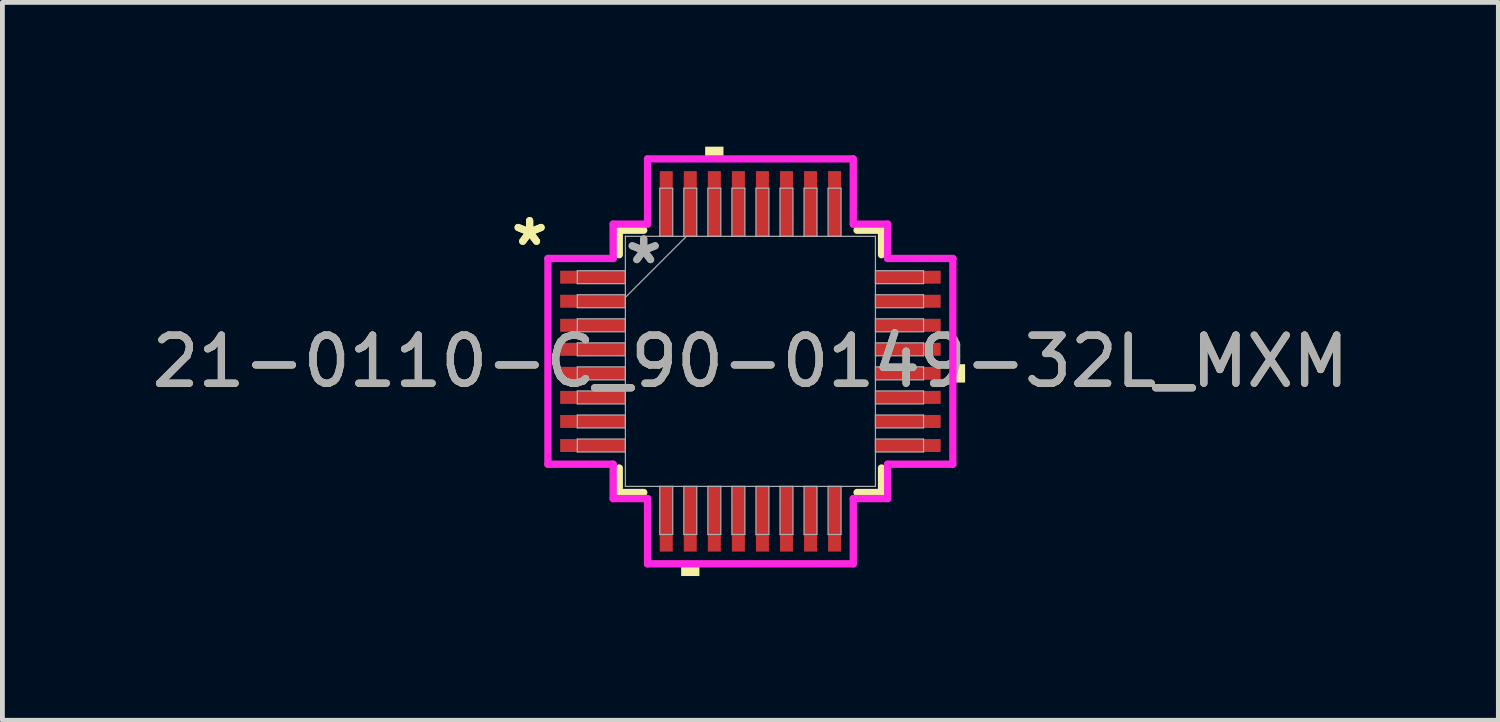
<source format=kicad_pcb>
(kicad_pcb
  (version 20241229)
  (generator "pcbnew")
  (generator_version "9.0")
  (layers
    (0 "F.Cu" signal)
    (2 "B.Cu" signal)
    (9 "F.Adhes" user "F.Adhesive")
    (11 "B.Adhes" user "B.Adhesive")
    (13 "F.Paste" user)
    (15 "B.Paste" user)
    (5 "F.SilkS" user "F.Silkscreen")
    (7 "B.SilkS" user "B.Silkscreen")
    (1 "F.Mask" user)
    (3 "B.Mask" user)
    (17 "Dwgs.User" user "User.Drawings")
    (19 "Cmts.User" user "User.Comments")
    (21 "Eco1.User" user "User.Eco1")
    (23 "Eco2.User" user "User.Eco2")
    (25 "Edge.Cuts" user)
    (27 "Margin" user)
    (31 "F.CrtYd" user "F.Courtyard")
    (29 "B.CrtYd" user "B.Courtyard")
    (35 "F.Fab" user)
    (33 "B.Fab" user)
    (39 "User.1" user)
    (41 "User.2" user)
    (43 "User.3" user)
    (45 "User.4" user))
  (footprint "21-0110-C_90-0149-32L_MXM"
    (layer "F.Cu")
    (at 12.554 4.464)
    (property "Reference" "21-0110-C_90-0149-32L_MXM" (at 0 0 0) (unlocked yes) (layer "F.SilkS") (effects (font (size 1 1) (thickness 0.15))))
    (attr smd)
    (fp_line (start -2.727 -2.727) (end -2.727 -2.218) (stroke (width 0.152) (type solid)) (layer "F.SilkS"))
    (fp_line (start -2.727 2.218) (end -2.727 2.727) (stroke (width 0.152) (type solid)) (layer "F.SilkS"))
    (fp_line (start -2.727 2.727) (end -2.218 2.727) (stroke (width 0.152) (type solid)) (layer "F.SilkS"))
    (fp_line (start -2.218 -2.727) (end -2.727 -2.727) (stroke (width 0.152) (type solid)) (layer "F.SilkS"))
    (fp_line (start 2.218 2.727) (end 2.727 2.727) (stroke (width 0.152) (type solid)) (layer "F.SilkS"))
    (fp_line (start 2.727 -2.727) (end 2.218 -2.727) (stroke (width 0.152) (type solid)) (layer "F.SilkS"))
    (fp_line (start 2.727 -2.218) (end 2.727 -2.727) (stroke (width 0.152) (type solid)) (layer "F.SilkS"))
    (fp_line (start 2.727 2.727) (end 2.727 2.218) (stroke (width 0.152) (type solid)) (layer "F.SilkS"))
    (fp_poly (pts (xy -1.44 4.21) (xy -1.44 4.464) (xy -1.06 4.464) (xy -1.06 4.21)) (stroke (width 0) (type solid)) (fill yes) (layer "F.SilkS"))
    (fp_poly (pts (xy -0.941 -4.21) (xy -0.941 -4.464) (xy -0.56 -4.464) (xy -0.56 -4.21)) (stroke (width 0) (type solid)) (fill yes) (layer "F.SilkS"))
    (fp_poly (pts (xy 4.464 0.059) (xy 4.464 0.441) (xy 4.21 0.441) (xy 4.21 0.059)) (stroke (width 0) (type solid)) (fill yes) (layer "F.SilkS"))
    (fp_line (start -4.21 -2.139) (end -2.854 -2.139) (stroke (width 0.152) (type solid)) (layer "F.CrtYd"))
    (fp_line (start -4.21 2.139) (end -4.21 -2.139) (stroke (width 0.152) (type solid)) (layer "F.CrtYd"))
    (fp_line (start -2.854 -2.854) (end -2.139 -2.854) (stroke (width 0.152) (type solid)) (layer "F.CrtYd"))
    (fp_line (start -2.854 -2.139) (end -2.854 -2.854) (stroke (width 0.152) (type solid)) (layer "F.CrtYd"))
    (fp_line (start -2.854 2.139) (end -4.21 2.139) (stroke (width 0.152) (type solid)) (layer "F.CrtYd"))
    (fp_line (start -2.854 2.854) (end -2.854 2.139) (stroke (width 0.152) (type solid)) (layer "F.CrtYd"))
    (fp_line (start -2.854 2.854) (end -2.139 2.854) (stroke (width 0.152) (type solid)) (layer "F.CrtYd"))
    (fp_line (start -2.139 -4.21) (end 2.139 -4.21) (stroke (width 0.152) (type solid)) (layer "F.CrtYd"))
    (fp_line (start -2.139 -2.854) (end -2.139 -4.21) (stroke (width 0.152) (type solid)) (layer "F.CrtYd"))
    (fp_line (start -2.139 2.854) (end -2.139 4.21) (stroke (width 0.152) (type solid)) (layer "F.CrtYd"))
    (fp_line (start -2.139 4.21) (end 2.139 4.21) (stroke (width 0.152) (type solid)) (layer "F.CrtYd"))
    (fp_line (start 2.139 -4.21) (end 2.139 -2.854) (stroke (width 0.152) (type solid)) (layer "F.CrtYd"))
    (fp_line (start 2.139 -2.854) (end 2.854 -2.854) (stroke (width 0.152) (type solid)) (layer "F.CrtYd"))
    (fp_line (start 2.139 2.854) (end 2.854 2.854) (stroke (width 0.152) (type solid)) (layer "F.CrtYd"))
    (fp_line (start 2.139 4.21) (end 2.139 2.854) (stroke (width 0.152) (type solid)) (layer "F.CrtYd"))
    (fp_line (start 2.854 -2.139) (end 2.854 -2.854) (stroke (width 0.152) (type solid)) (layer "F.CrtYd"))
    (fp_line (start 2.854 2.139) (end 4.21 2.139) (stroke (width 0.152) (type solid)) (layer "F.CrtYd"))
    (fp_line (start 2.854 2.854) (end 2.854 2.139) (stroke (width 0.152) (type solid)) (layer "F.CrtYd"))
    (fp_line (start 4.21 -2.139) (end 2.854 -2.139) (stroke (width 0.152) (type solid)) (layer "F.CrtYd"))
    (fp_line (start 4.21 2.139) (end 4.21 -2.139) (stroke (width 0.152) (type solid)) (layer "F.CrtYd"))
    (fp_line (start -3.6 -1.885) (end -3.6 -1.615) (stroke (width 0.025) (type solid)) (layer "F.Fab"))
    (fp_line (start -3.6 -1.615) (end -2.6 -1.615) (stroke (width 0.025) (type solid)) (layer "F.Fab"))
    (fp_line (start -3.6 -1.385) (end -3.6 -1.115) (stroke (width 0.025) (type solid)) (layer "F.Fab"))
    (fp_line (start -3.6 -1.115) (end -2.6 -1.115) (stroke (width 0.025) (type solid)) (layer "F.Fab"))
    (fp_line (start -3.6 -0.885) (end -3.6 -0.615) (stroke (width 0.025) (type solid)) (layer "F.Fab"))
    (fp_line (start -3.6 -0.615) (end -2.6 -0.615) (stroke (width 0.025) (type solid)) (layer "F.Fab"))
    (fp_line (start -3.6 -0.385) (end -3.6 -0.115) (stroke (width 0.025) (type solid)) (layer "F.Fab"))
    (fp_line (start -3.6 -0.115) (end -2.6 -0.115) (stroke (width 0.025) (type solid)) (layer "F.Fab"))
    (fp_line (start -3.6 0.115) (end -3.6 0.385) (stroke (width 0.025) (type solid)) (layer "F.Fab"))
    (fp_line (start -3.6 0.385) (end -2.6 0.385) (stroke (width 0.025) (type solid)) (layer "F.Fab"))
    (fp_line (start -3.6 0.615) (end -3.6 0.885) (stroke (width 0.025) (type solid)) (layer "F.Fab"))
    (fp_line (start -3.6 0.885) (end -2.6 0.885) (stroke (width 0.025) (type solid)) (layer "F.Fab"))
    (fp_line (start -3.6 1.115) (end -3.6 1.385) (stroke (width 0.025) (type solid)) (layer "F.Fab"))
    (fp_line (start -3.6 1.385) (end -2.6 1.385) (stroke (width 0.025) (type solid)) (layer "F.Fab"))
    (fp_line (start -3.6 1.615) (end -3.6 1.885) (stroke (width 0.025) (type solid)) (layer "F.Fab"))
    (fp_line (start -3.6 1.885) (end -2.6 1.885) (stroke (width 0.025) (type solid)) (layer "F.Fab"))
    (fp_line (start -2.6 -2.6) (end -2.6 -2.6) (stroke (width 0.025) (type solid)) (layer "F.Fab"))
    (fp_line (start -2.6 -2.6) (end -2.6 2.6) (stroke (width 0.025) (type solid)) (layer "F.Fab"))
    (fp_line (start -2.6 -1.885) (end -3.6 -1.885) (stroke (width 0.025) (type solid)) (layer "F.Fab"))
    (fp_line (start -2.6 -1.615) (end -2.6 -1.885) (stroke (width 0.025) (type solid)) (layer "F.Fab"))
    (fp_line (start -2.6 -1.385) (end -3.6 -1.385) (stroke (width 0.025) (type solid)) (layer "F.Fab"))
    (fp_line (start -2.6 -1.33) (end -1.33 -2.6) (stroke (width 0.025) (type solid)) (layer "F.Fab"))
    (fp_line (start -2.6 -1.115) (end -2.6 -1.385) (stroke (width 0.025) (type solid)) (layer "F.Fab"))
    (fp_line (start -2.6 -0.885) (end -3.6 -0.885) (stroke (width 0.025) (type solid)) (layer "F.Fab"))
    (fp_line (start -2.6 -0.615) (end -2.6 -0.885) (stroke (width 0.025) (type solid)) (layer "F.Fab"))
    (fp_line (start -2.6 -0.385) (end -3.6 -0.385) (stroke (width 0.025) (type solid)) (layer "F.Fab"))
    (fp_line (start -2.6 -0.115) (end -2.6 -0.385) (stroke (width 0.025) (type solid)) (layer "F.Fab"))
    (fp_line (start -2.6 0.115) (end -3.6 0.115) (stroke (width 0.025) (type solid)) (layer "F.Fab"))
    (fp_line (start -2.6 0.385) (end -2.6 0.115) (stroke (width 0.025) (type solid)) (layer "F.Fab"))
    (fp_line (start -2.6 0.615) (end -3.6 0.615) (stroke (width 0.025) (type solid)) (layer "F.Fab"))
    (fp_line (start -2.6 0.885) (end -2.6 0.615) (stroke (width 0.025) (type solid)) (layer "F.Fab"))
    (fp_line (start -2.6 1.115) (end -3.6 1.115) (stroke (width 0.025) (type solid)) (layer "F.Fab"))
    (fp_line (start -2.6 1.385) (end -2.6 1.115) (stroke (width 0.025) (type solid)) (layer "F.Fab"))
    (fp_line (start -2.6 1.615) (end -3.6 1.615) (stroke (width 0.025) (type solid)) (layer "F.Fab"))
    (fp_line (start -2.6 1.885) (end -2.6 1.615) (stroke (width 0.025) (type solid)) (layer "F.Fab"))
    (fp_line (start -2.6 2.6) (end -2.6 2.6) (stroke (width 0.025) (type solid)) (layer "F.Fab"))
    (fp_line (start -2.6 2.6) (end 2.6 2.6) (stroke (width 0.025) (type solid)) (layer "F.Fab"))
    (fp_line (start -1.885 -3.6) (end -1.885 -2.6) (stroke (width 0.025) (type solid)) (layer "F.Fab"))
    (fp_line (start -1.885 -2.6) (end -1.615 -2.6) (stroke (width 0.025) (type solid)) (layer "F.Fab"))
    (fp_line (start -1.885 2.6) (end -1.885 3.6) (stroke (width 0.025) (type solid)) (layer "F.Fab"))
    (fp_line (start -1.885 3.6) (end -1.615 3.6) (stroke (width 0.025) (type solid)) (layer "F.Fab"))
    (fp_line (start -1.615 -3.6) (end -1.885 -3.6) (stroke (width 0.025) (type solid)) (layer "F.Fab"))
    (fp_line (start -1.615 -2.6) (end -1.615 -3.6) (stroke (width 0.025) (type solid)) (layer "F.Fab"))
    (fp_line (start -1.615 2.6) (end -1.885 2.6) (stroke (width 0.025) (type solid)) (layer "F.Fab"))
    (fp_line (start -1.615 3.6) (end -1.615 2.6) (stroke (width 0.025) (type solid)) (layer "F.Fab"))
    (fp_line (start -1.385 -3.6) (end -1.385 -2.6) (stroke (width 0.025) (type solid)) (layer "F.Fab"))
    (fp_line (start -1.385 -2.6) (end -1.115 -2.6) (stroke (width 0.025) (type solid)) (layer "F.Fab"))
    (fp_line (start -1.385 2.6) (end -1.385 3.6) (stroke (width 0.025) (type solid)) (layer "F.Fab"))
    (fp_line (start -1.385 3.6) (end -1.115 3.6) (stroke (width 0.025) (type solid)) (layer "F.Fab"))
    (fp_line (start -1.115 -3.6) (end -1.385 -3.6) (stroke (width 0.025) (type solid)) (layer "F.Fab"))
    (fp_line (start -1.115 -2.6) (end -1.115 -3.6) (stroke (width 0.025) (type solid)) (layer "F.Fab"))
    (fp_line (start -1.115 2.6) (end -1.385 2.6) (stroke (width 0.025) (type solid)) (layer "F.Fab"))
    (fp_line (start -1.115 3.6) (end -1.115 2.6) (stroke (width 0.025) (type solid)) (layer "F.Fab"))
    (fp_line (start -0.885 -3.6) (end -0.885 -2.6) (stroke (width 0.025) (type solid)) (layer "F.Fab"))
    (fp_line (start -0.885 -2.6) (end -0.615 -2.6) (stroke (width 0.025) (type solid)) (layer "F.Fab"))
    (fp_line (start -0.885 2.6) (end -0.885 3.6) (stroke (width 0.025) (type solid)) (layer "F.Fab"))
    (fp_line (start -0.885 3.6) (end -0.615 3.6) (stroke (width 0.025) (type solid)) (layer "F.Fab"))
    (fp_line (start -0.615 -3.6) (end -0.885 -3.6) (stroke (width 0.025) (type solid)) (layer "F.Fab"))
    (fp_line (start -0.615 -2.6) (end -0.615 -3.6) (stroke (width 0.025) (type solid)) (layer "F.Fab"))
    (fp_line (start -0.615 2.6) (end -0.885 2.6) (stroke (width 0.025) (type solid)) (layer "F.Fab"))
    (fp_line (start -0.615 3.6) (end -0.615 2.6) (stroke (width 0.025) (type solid)) (layer "F.Fab"))
    (fp_line (start -0.385 -3.6) (end -0.385 -2.6) (stroke (width 0.025) (type solid)) (layer "F.Fab"))
    (fp_line (start -0.385 -2.6) (end -0.115 -2.6) (stroke (width 0.025) (type solid)) (layer "F.Fab"))
    (fp_line (start -0.385 2.6) (end -0.385 3.6) (stroke (width 0.025) (type solid)) (layer "F.Fab"))
    (fp_line (start -0.385 3.6) (end -0.115 3.6) (stroke (width 0.025) (type solid)) (layer "F.Fab"))
    (fp_line (start -0.115 -3.6) (end -0.385 -3.6) (stroke (width 0.025) (type solid)) (layer "F.Fab"))
    (fp_line (start -0.115 -2.6) (end -0.115 -3.6) (stroke (width 0.025) (type solid)) (layer "F.Fab"))
    (fp_line (start -0.115 2.6) (end -0.385 2.6) (stroke (width 0.025) (type solid)) (layer "F.Fab"))
    (fp_line (start -0.115 3.6) (end -0.115 2.6) (stroke (width 0.025) (type solid)) (layer "F.Fab"))
    (fp_line (start 0.115 -3.6) (end 0.115 -2.6) (stroke (width 0.025) (type solid)) (layer "F.Fab"))
    (fp_line (start 0.115 -2.6) (end 0.385 -2.6) (stroke (width 0.025) (type solid)) (layer "F.Fab"))
    (fp_line (start 0.115 2.6) (end 0.115 3.6) (stroke (width 0.025) (type solid)) (layer "F.Fab"))
    (fp_line (start 0.115 3.6) (end 0.385 3.6) (stroke (width 0.025) (type solid)) (layer "F.Fab"))
    (fp_line (start 0.385 -3.6) (end 0.115 -3.6) (stroke (width 0.025) (type solid)) (layer "F.Fab"))
    (fp_line (start 0.385 -2.6) (end 0.385 -3.6) (stroke (width 0.025) (type solid)) (layer "F.Fab"))
    (fp_line (start 0.385 2.6) (end 0.115 2.6) (stroke (width 0.025) (type solid)) (layer "F.Fab"))
    (fp_line (start 0.385 3.6) (end 0.385 2.6) (stroke (width 0.025) (type solid)) (layer "F.Fab"))
    (fp_line (start 0.615 -3.6) (end 0.615 -2.6) (stroke (width 0.025) (type solid)) (layer "F.Fab"))
    (fp_line (start 0.615 -2.6) (end 0.885 -2.6) (stroke (width 0.025) (type solid)) (layer "F.Fab"))
    (fp_line (start 0.615 2.6) (end 0.615 3.6) (stroke (width 0.025) (type solid)) (layer "F.Fab"))
    (fp_line (start 0.615 3.6) (end 0.885 3.6) (stroke (width 0.025) (type solid)) (layer "F.Fab"))
    (fp_line (start 0.885 -3.6) (end 0.615 -3.6) (stroke (width 0.025) (type solid)) (layer "F.Fab"))
    (fp_line (start 0.885 -2.6) (end 0.885 -3.6) (stroke (width 0.025) (type solid)) (layer "F.Fab"))
    (fp_line (start 0.885 2.6) (end 0.615 2.6) (stroke (width 0.025) (type solid)) (layer "F.Fab"))
    (fp_line (start 0.885 3.6) (end 0.885 2.6) (stroke (width 0.025) (type solid)) (layer "F.Fab"))
    (fp_line (start 1.115 -3.6) (end 1.115 -2.6) (stroke (width 0.025) (type solid)) (layer "F.Fab"))
    (fp_line (start 1.115 -2.6) (end 1.385 -2.6) (stroke (width 0.025) (type solid)) (layer "F.Fab"))
    (fp_line (start 1.115 2.6) (end 1.115 3.6) (stroke (width 0.025) (type solid)) (layer "F.Fab"))
    (fp_line (start 1.115 3.6) (end 1.385 3.6) (stroke (width 0.025) (type solid)) (layer "F.Fab"))
    (fp_line (start 1.385 -3.6) (end 1.115 -3.6) (stroke (width 0.025) (type solid)) (layer "F.Fab"))
    (fp_line (start 1.385 -2.6) (end 1.385 -3.6) (stroke (width 0.025) (type solid)) (layer "F.Fab"))
    (fp_line (start 1.385 2.6) (end 1.115 2.6) (stroke (width 0.025) (type solid)) (layer "F.Fab"))
    (fp_line (start 1.385 3.6) (end 1.385 2.6) (stroke (width 0.025) (type solid)) (layer "F.Fab"))
    (fp_line (start 1.615 -3.6) (end 1.615 -2.6) (stroke (width 0.025) (type solid)) (layer "F.Fab"))
    (fp_line (start 1.615 -2.6) (end 1.885 -2.6) (stroke (width 0.025) (type solid)) (layer "F.Fab"))
    (fp_line (start 1.615 2.6) (end 1.615 3.6) (stroke (width 0.025) (type solid)) (layer "F.Fab"))
    (fp_line (start 1.615 3.6) (end 1.885 3.6) (stroke (width 0.025) (type solid)) (layer "F.Fab"))
    (fp_line (start 1.885 -3.6) (end 1.615 -3.6) (stroke (width 0.025) (type solid)) (layer "F.Fab"))
    (fp_line (start 1.885 -2.6) (end 1.885 -3.6) (stroke (width 0.025) (type solid)) (layer "F.Fab"))
    (fp_line (start 1.885 2.6) (end 1.615 2.6) (stroke (width 0.025) (type solid)) (layer "F.Fab"))
    (fp_line (start 1.885 3.6) (end 1.885 2.6) (stroke (width 0.025) (type solid)) (layer "F.Fab"))
    (fp_line (start 2.6 -2.6) (end -2.6 -2.6) (stroke (width 0.025) (type solid)) (layer "F.Fab"))
    (fp_line (start 2.6 -2.6) (end 2.6 -2.6) (stroke (width 0.025) (type solid)) (layer "F.Fab"))
    (fp_line (start 2.6 -1.885) (end 2.6 -1.615) (stroke (width 0.025) (type solid)) (layer "F.Fab"))
    (fp_line (start 2.6 -1.615) (end 3.6 -1.615) (stroke (width 0.025) (type solid)) (layer "F.Fab"))
    (fp_line (start 2.6 -1.385) (end 2.6 -1.115) (stroke (width 0.025) (type solid)) (layer "F.Fab"))
    (fp_line (start 2.6 -1.115) (end 3.6 -1.115) (stroke (width 0.025) (type solid)) (layer "F.Fab"))
    (fp_line (start 2.6 -0.885) (end 2.6 -0.615) (stroke (width 0.025) (type solid)) (layer "F.Fab"))
    (fp_line (start 2.6 -0.615) (end 3.6 -0.615) (stroke (width 0.025) (type solid)) (layer "F.Fab"))
    (fp_line (start 2.6 -0.385) (end 2.6 -0.115) (stroke (width 0.025) (type solid)) (layer "F.Fab"))
    (fp_line (start 2.6 -0.115) (end 3.6 -0.115) (stroke (width 0.025) (type solid)) (layer "F.Fab"))
    (fp_line (start 2.6 0.115) (end 2.6 0.385) (stroke (width 0.025) (type solid)) (layer "F.Fab"))
    (fp_line (start 2.6 0.385) (end 3.6 0.385) (stroke (width 0.025) (type solid)) (layer "F.Fab"))
    (fp_line (start 2.6 0.615) (end 2.6 0.885) (stroke (width 0.025) (type solid)) (layer "F.Fab"))
    (fp_line (start 2.6 0.885) (end 3.6 0.885) (stroke (width 0.025) (type solid)) (layer "F.Fab"))
    (fp_line (start 2.6 1.115) (end 2.6 1.385) (stroke (width 0.025) (type solid)) (layer "F.Fab"))
    (fp_line (start 2.6 1.385) (end 3.6 1.385) (stroke (width 0.025) (type solid)) (layer "F.Fab"))
    (fp_line (start 2.6 1.615) (end 2.6 1.885) (stroke (width 0.025) (type solid)) (layer "F.Fab"))
    (fp_line (start 2.6 1.885) (end 3.6 1.885) (stroke (width 0.025) (type solid)) (layer "F.Fab"))
    (fp_line (start 2.6 2.6) (end 2.6 -2.6) (stroke (width 0.025) (type solid)) (layer "F.Fab"))
    (fp_line (start 2.6 2.6) (end 2.6 2.6) (stroke (width 0.025) (type solid)) (layer "F.Fab"))
    (fp_line (start 3.6 -1.885) (end 2.6 -1.885) (stroke (width 0.025) (type solid)) (layer "F.Fab"))
    (fp_line (start 3.6 -1.615) (end 3.6 -1.885) (stroke (width 0.025) (type solid)) (layer "F.Fab"))
    (fp_line (start 3.6 -1.385) (end 2.6 -1.385) (stroke (width 0.025) (type solid)) (layer "F.Fab"))
    (fp_line (start 3.6 -1.115) (end 3.6 -1.385) (stroke (width 0.025) (type solid)) (layer "F.Fab"))
    (fp_line (start 3.6 -0.885) (end 2.6 -0.885) (stroke (width 0.025) (type solid)) (layer "F.Fab"))
    (fp_line (start 3.6 -0.615) (end 3.6 -0.885) (stroke (width 0.025) (type solid)) (layer "F.Fab"))
    (fp_line (start 3.6 -0.385) (end 2.6 -0.385) (stroke (width 0.025) (type solid)) (layer "F.Fab"))
    (fp_line (start 3.6 -0.115) (end 3.6 -0.385) (stroke (width 0.025) (type solid)) (layer "F.Fab"))
    (fp_line (start 3.6 0.115) (end 2.6 0.115) (stroke (width 0.025) (type solid)) (layer "F.Fab"))
    (fp_line (start 3.6 0.385) (end 3.6 0.115) (stroke (width 0.025) (type solid)) (layer "F.Fab"))
    (fp_line (start 3.6 0.615) (end 2.6 0.615) (stroke (width 0.025) (type solid)) (layer "F.Fab"))
    (fp_line (start 3.6 0.885) (end 3.6 0.615) (stroke (width 0.025) (type solid)) (layer "F.Fab"))
    (fp_line (start 3.6 1.115) (end 2.6 1.115) (stroke (width 0.025) (type solid)) (layer "F.Fab"))
    (fp_line (start 3.6 1.385) (end 3.6 1.115) (stroke (width 0.025) (type solid)) (layer "F.Fab"))
    (fp_line (start 3.6 1.615) (end 2.6 1.615) (stroke (width 0.025) (type solid)) (layer "F.Fab"))
    (fp_line (start 3.6 1.885) (end 3.6 1.615) (stroke (width 0.025) (type solid)) (layer "F.Fab"))
    (fp_text user "*" (at -4.591 -2.381 0) (unlocked yes) (layer "F.SilkS") (effects (font (size 1 1) (thickness 0.15))))
    (fp_text user "*" (at -4.591 -2.381 0) (layer "F.SilkS") (effects (font (size 1 1) (thickness 0.15))))
    (fp_text user "${REFERENCE}" (at 0 0 0) (unlocked yes) (layer "F.Fab") (effects (font (size 1 1) (thickness 0.15))))
    (fp_text user "*" (at -2.219 -2 0) (unlocked yes) (layer "F.Fab") (effects (font (size 1 1) (thickness 0.15))))
    (fp_text user "*" (at -2.219 -2 0) (layer "F.Fab") (effects (font (size 1 1) (thickness 0.15))))
    (pad "1" smd rect (at -3.278 -1.75 90) (size 0.27 1.356) (layers "F.Cu" "F.Mask" "F.Paste"))
    (pad "2" smd rect (at -3.278 -1.25 90) (size 0.27 1.356) (layers "F.Cu" "F.Mask" "F.Paste"))
    (pad "3" smd rect (at -3.278 -0.75 90) (size 0.27 1.356) (layers "F.Cu" "F.Mask" "F.Paste"))
    (pad "4" smd rect (at -3.278 -0.25 90) (size 0.27 1.356) (layers "F.Cu" "F.Mask" "F.Paste"))
    (pad "5" smd rect (at -3.278 0.25 90) (size 0.27 1.356) (layers "F.Cu" "F.Mask" "F.Paste"))
    (pad "6" smd rect (at -3.278 0.75 90) (size 0.27 1.356) (layers "F.Cu" "F.Mask" "F.Paste"))
    (pad "7" smd rect (at -3.278 1.25 90) (size 0.27 1.356) (layers "F.Cu" "F.Mask" "F.Paste"))
    (pad "8" smd rect (at -3.278 1.75 90) (size 0.27 1.356) (layers "F.Cu" "F.Mask" "F.Paste"))
    (pad "9" smd rect (at -1.75 3.278) (size 0.27 1.356) (layers "F.Cu" "F.Mask" "F.Paste"))
    (pad "10" smd rect (at -1.25 3.278) (size 0.27 1.356) (layers "F.Cu" "F.Mask" "F.Paste"))
    (pad "11" smd rect (at -0.75 3.278) (size 0.27 1.356) (layers "F.Cu" "F.Mask" "F.Paste"))
    (pad "12" smd rect (at -0.25 3.278) (size 0.27 1.356) (layers "F.Cu" "F.Mask" "F.Paste"))
    (pad "13" smd rect (at 0.25 3.278) (size 0.27 1.356) (layers "F.Cu" "F.Mask" "F.Paste"))
    (pad "14" smd rect (at 0.75 3.278) (size 0.27 1.356) (layers "F.Cu" "F.Mask" "F.Paste"))
    (pad "15" smd rect (at 1.25 3.278) (size 0.27 1.356) (layers "F.Cu" "F.Mask" "F.Paste"))
    (pad "16" smd rect (at 1.75 3.278) (size 0.27 1.356) (layers "F.Cu" "F.Mask" "F.Paste"))
    (pad "17" smd rect (at 3.278 1.75 90) (size 0.27 1.356) (layers "F.Cu" "F.Mask" "F.Paste"))
    (pad "18" smd rect (at 3.278 1.25 90) (size 0.27 1.356) (layers "F.Cu" "F.Mask" "F.Paste"))
    (pad "19" smd rect (at 3.278 0.75 90) (size 0.27 1.356) (layers "F.Cu" "F.Mask" "F.Paste"))
    (pad "20" smd rect (at 3.278 0.25 90) (size 0.27 1.356) (layers "F.Cu" "F.Mask" "F.Paste"))
    (pad "21" smd rect (at 3.278 -0.25 90) (size 0.27 1.356) (layers "F.Cu" "F.Mask" "F.Paste"))
    (pad "22" smd rect (at 3.278 -0.75 90) (size 0.27 1.356) (layers "F.Cu" "F.Mask" "F.Paste"))
    (pad "23" smd rect (at 3.278 -1.25 90) (size 0.27 1.356) (layers "F.Cu" "F.Mask" "F.Paste"))
    (pad "24" smd rect (at 3.278 -1.75 90) (size 0.27 1.356) (layers "F.Cu" "F.Mask" "F.Paste"))
    (pad "25" smd rect (at 1.75 -3.278) (size 0.27 1.356) (layers "F.Cu" "F.Mask" "F.Paste"))
    (pad "26" smd rect (at 1.25 -3.278) (size 0.27 1.356) (layers "F.Cu" "F.Mask" "F.Paste"))
    (pad "27" smd rect (at 0.75 -3.278) (size 0.27 1.356) (layers "F.Cu" "F.Mask" "F.Paste"))
    (pad "28" smd rect (at 0.25 -3.278) (size 0.27 1.356) (layers "F.Cu" "F.Mask" "F.Paste"))
    (pad "29" smd rect (at -0.25 -3.278) (size 0.27 1.356) (layers "F.Cu" "F.Mask" "F.Paste"))
    (pad "30" smd rect (at -0.75 -3.278) (size 0.27 1.356) (layers "F.Cu" "F.Mask" "F.Paste"))
    (pad "31" smd rect (at -1.25 -3.278) (size 0.27 1.356) (layers "F.Cu" "F.Mask" "F.Paste"))
    (pad "32" smd rect (at -1.75 -3.278) (size 0.27 1.356) (layers "F.Cu" "F.Mask" "F.Paste")))
  (gr_rect
    (start -3 -3)
    (end 28.107 11.927)
    (stroke (width 0.1) (type default))
    (fill no)
    (layer "Edge.Cuts")))
</source>
